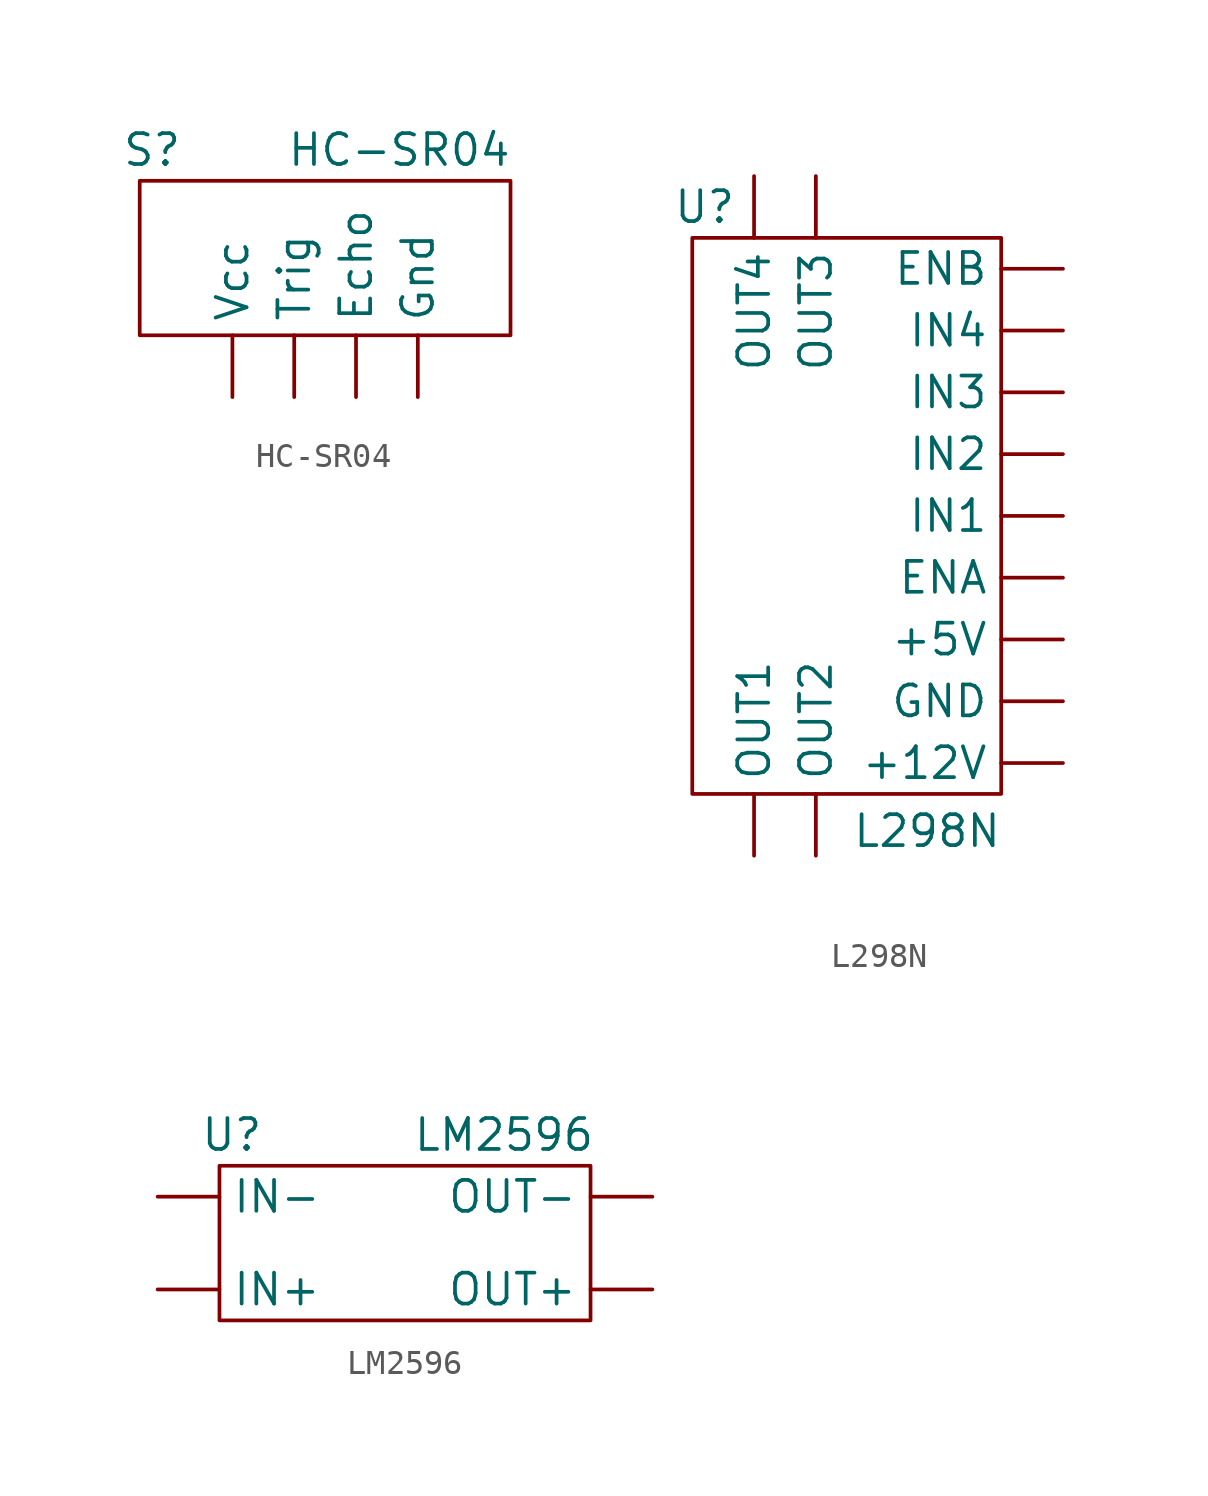
<source format=kicad_sym>
(kicad_symbol_lib
  (version 20231120)
  (generator "kicad_symbol_editor")
  (generator_version "8.0")
  (symbol "HC-SR04"
    (property "Reference" "S"
      (at -7.112 7.62 0)
      (effects (font (size 1.27 1.27))))
    (property "Value" "HC-SR04"
      (at 3.048 7.62 0)
      (effects (font (size 1.27 1.27))))
    (symbol "HC-SR04_0_1"
      (rectangle (start -7.62 0) (end 7.62 6.35) (stroke (width 0) (type default)) (fill (type none))))
    (symbol "HC-SR04_1_1"
      (pin output line (at 1.27 -2.54 90) (length 2.54) (name "Echo" (effects (font (size 1.27 1.27)))) (number "" (effects (font (size 1.27 1.27)))))
      (pin output line (at 3.81 -2.54 90) (length 2.54) (name "Gnd" (effects (font (size 1.27 1.27)))) (number "" (effects (font (size 1.27 1.27)))))
      (pin output line (at -1.27 -2.54 90) (length 2.54) (name "Trig" (effects (font (size 1.27 1.27)))) (number "" (effects (font (size 1.27 1.27)))))
      (pin output line (at -3.81 -2.54 90) (length 2.54) (name "Vcc" (effects (font (size 1.27 1.27)))) (number "" (effects (font (size 1.27 1.27)))))))
  (symbol "L298N"
    (property "Reference" "U"
      (at -5.842 24.13 0)
      (effects (font (size 1.27 1.27))))
    (property "Value" "L298N"
      (at 3.302 -1.524 0)
      (effects (font (size 1.27 1.27))))
    (symbol "L298N_0_1"
      (rectangle (start -6.35 22.86) (end 6.35 0) (stroke (width 0) (type default)) (fill (type none))))
    (symbol "L298N_1_1"
      (pin power_in line (at 8.89 1.27 180) (length 2.54) (name "+12V" (effects (font (size 1.27 1.27)))) (number "" (effects (font (size 1.27 1.27)))))
      (pin bidirectional line (at 8.89 6.35 180) (length 2.54) (name "+5V" (effects (font (size 1.27 1.27)))) (number "" (effects (font (size 1.27 1.27)))))
      (pin input line (at 8.89 8.89 180) (length 2.54) (name "ENA" (effects (font (size 1.27 1.27)))) (number "" (effects (font (size 1.27 1.27)))))
      (pin output line (at 8.89 21.59 180) (length 2.54) (name "ENB" (effects (font (size 1.27 1.27)))) (number "" (effects (font (size 1.27 1.27)))))
      (pin power_in line (at 8.89 3.81 180) (length 2.54) (name "GND" (effects (font (size 1.27 1.27)))) (number "" (effects (font (size 1.27 1.27)))))
      (pin input line (at 8.89 11.43 180) (length 2.54) (name "IN1" (effects (font (size 1.27 1.27)))) (number "" (effects (font (size 1.27 1.27)))))
      (pin input line (at 8.89 13.97 180) (length 2.54) (name "IN2" (effects (font (size 1.27 1.27)))) (number "" (effects (font (size 1.27 1.27)))))
      (pin input line (at 8.89 16.51 180) (length 2.54) (name "IN3" (effects (font (size 1.27 1.27)))) (number "" (effects (font (size 1.27 1.27)))))
      (pin input line (at 8.89 19.05 180) (length 2.54) (name "IN4" (effects (font (size 1.27 1.27)))) (number "" (effects (font (size 1.27 1.27)))))
      (pin output line (at -3.81 -2.54 90) (length 2.54) (name "OUT1" (effects (font (size 1.27 1.27)))) (number "" (effects (font (size 1.27 1.27)))))
      (pin output line (at -1.27 -2.54 90) (length 2.54) (name "OUT2" (effects (font (size 1.27 1.27)))) (number "" (effects (font (size 1.27 1.27)))))
      (pin output line (at -1.27 25.4 270) (length 2.54) (name "OUT3" (effects (font (size 1.27 1.27)))) (number "" (effects (font (size 1.27 1.27)))))
      (pin output line (at -3.81 25.4 270) (length 2.54) (name "OUT4" (effects (font (size 1.27 1.27)))) (number "" (effects (font (size 1.27 1.27)))))))
  (symbol "LM2596"
    (property "Reference" "U"
      (at -7.112 6.35 0)
      (effects (font (size 1.27 1.27))))
    (property "Value" "LM2596"
      (at 4.064 6.35 0)
      (effects (font (size 1.27 1.27))))
    (symbol "LM2596_0_1"
      (rectangle (start -7.62 5.08) (end 7.62 -1.27) (stroke (width 0) (type default)) (fill (type none))))
    (symbol "LM2596_1_1"
      (pin power_in line (at -10.16 0 0) (length 2.54) (name "IN+" (effects (font (size 1.27 1.27)))) (number "" (effects (font (size 1.27 1.27)))))
      (pin power_in line (at -10.16 3.81 0) (length 2.54) (name "IN-" (effects (font (size 1.27 1.27)))) (number "" (effects (font (size 1.27 1.27)))))
      (pin power_out line (at 10.16 0 180) (length 2.54) (name "OUT+" (effects (font (size 1.27 1.27)))) (number "" (effects (font (size 1.27 1.27)))))
      (pin power_out line (at 10.16 3.81 180) (length 2.54) (name "OUT-" (effects (font (size 1.27 1.27)))) (number "" (effects (font (size 1.27 1.27))))))))
</source>
